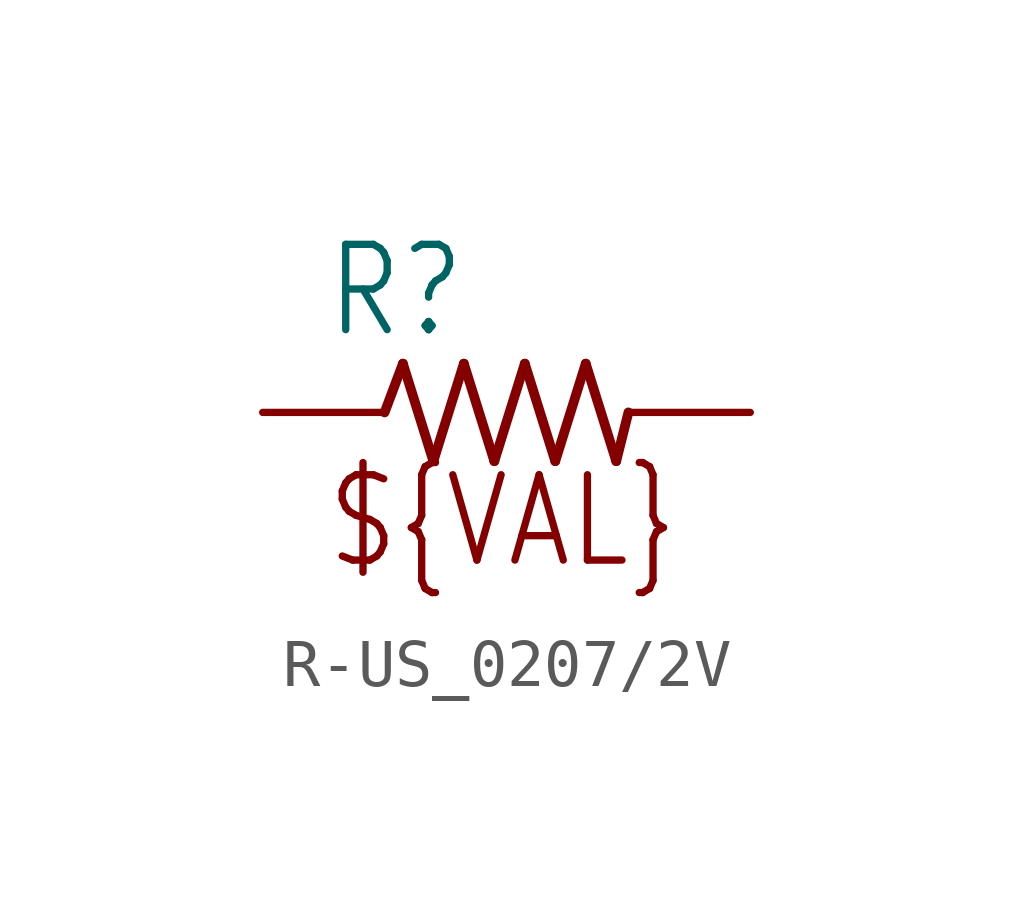
<source format=kicad_sym>
(kicad_symbol_lib
  (version 20231120)
  (generator "kicad_symbol_editor")
  (generator_version "8.0")
  (symbol "R-US_0207/2V"
    (property "Reference" "R"
      (at -3.81 1.499 0)
      (effects (font (size 1.778 1.511)) (justify left bottom)))
    (property "ki_locked" ""
      (at 0 0 0)
      (effects (font (size 1.27 1.27))))
    (symbol "R-US_0207/2V_1_0"
      (polyline (pts (xy -2.54 0) (xy -2.159 1.016)) (stroke (width 0.203) (type solid)) (fill (type none)))
      (polyline (pts (xy -2.159 1.016) (xy -1.524 -1.016)) (stroke (width 0.203) (type solid)) (fill (type none)))
      (polyline (pts (xy -1.524 -1.016) (xy -0.889 1.016)) (stroke (width 0.203) (type solid)) (fill (type none)))
      (polyline (pts (xy -0.889 1.016) (xy -0.254 -1.016)) (stroke (width 0.203) (type solid)) (fill (type none)))
      (polyline (pts (xy -0.254 -1.016) (xy 0.381 1.016)) (stroke (width 0.203) (type solid)) (fill (type none)))
      (polyline (pts (xy 0.381 1.016) (xy 1.016 -1.016)) (stroke (width 0.203) (type solid)) (fill (type none)))
      (polyline (pts (xy 1.016 -1.016) (xy 1.651 1.016)) (stroke (width 0.203) (type solid)) (fill (type none)))
      (polyline (pts (xy 1.651 1.016) (xy 2.286 -1.016)) (stroke (width 0.203) (type solid)) (fill (type none)))
      (polyline (pts (xy 2.286 -1.016) (xy 2.54 0)) (stroke (width 0.203) (type solid)) (fill (type none)))
      (text "${VAL}" (at -3.81 -3.302 0) (effects (font (size 1.778 1.511)) (justify left bottom)))
      (pin passive line (at -5.08 0 0) (length 2.54) (name "1" (effects (font (size 0 0)))) (number "1" (effects (font (size 0 0)))))
      (pin passive line (at 5.08 0 180) (length 2.54) (name "2" (effects (font (size 0 0)))) (number "2" (effects (font (size 0 0))))))))
</source>
